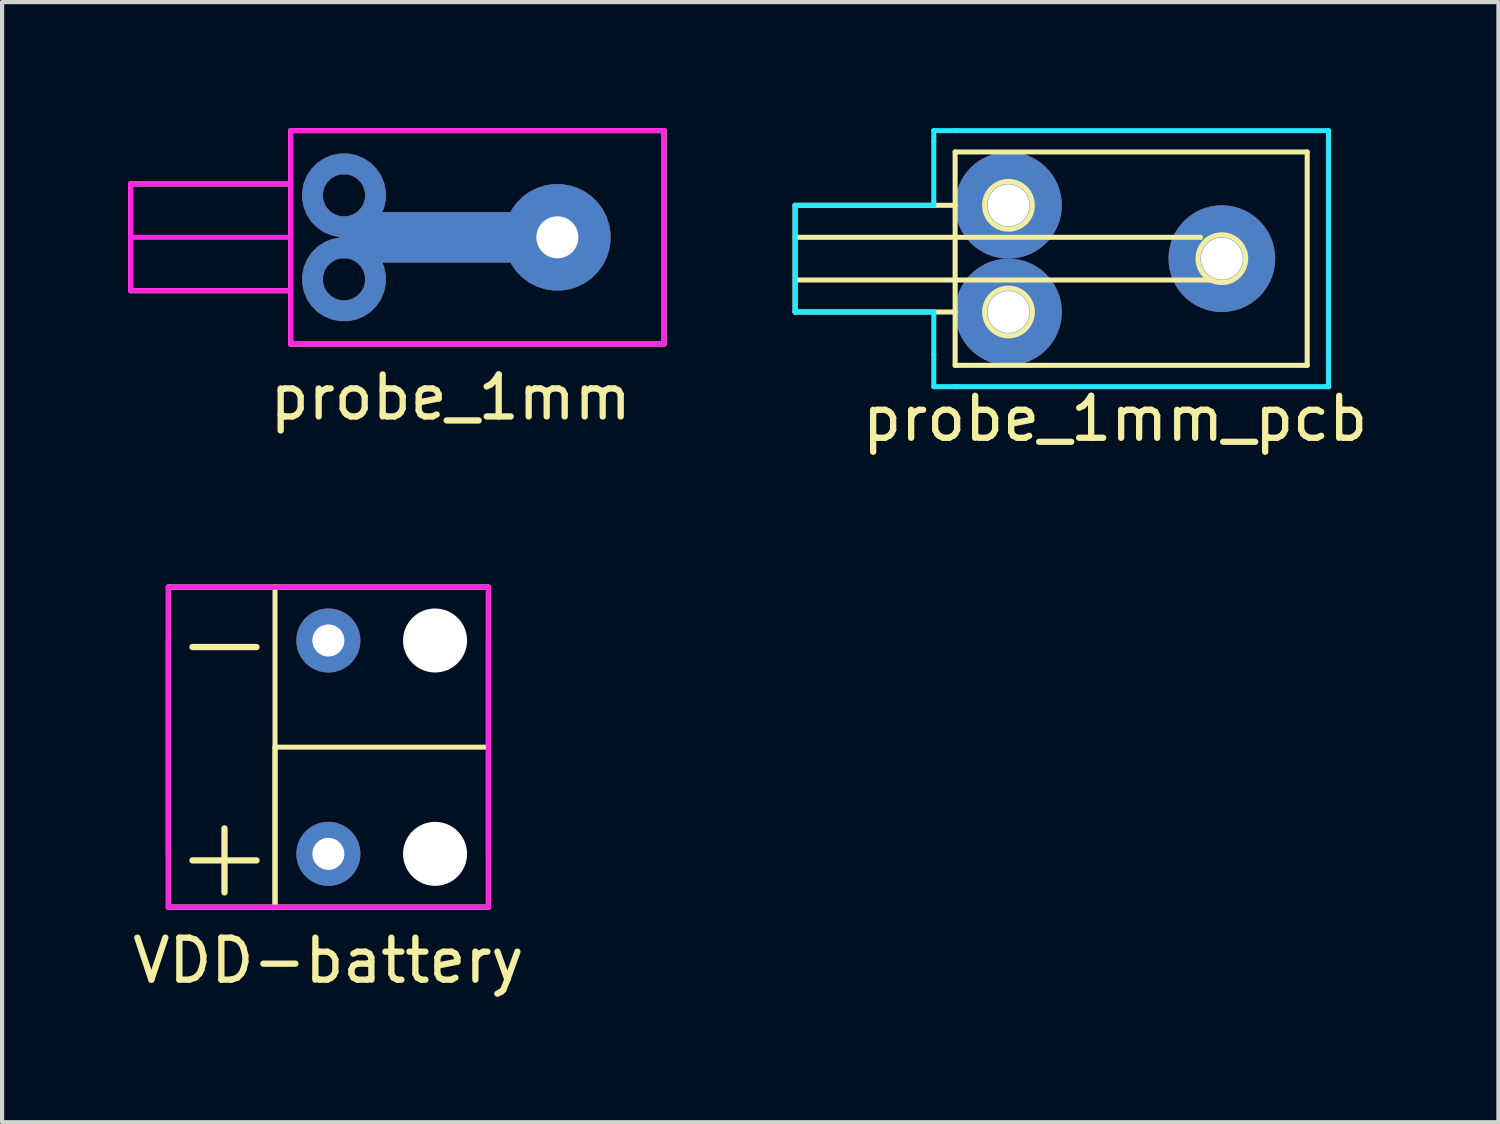
<source format=kicad_pcb>
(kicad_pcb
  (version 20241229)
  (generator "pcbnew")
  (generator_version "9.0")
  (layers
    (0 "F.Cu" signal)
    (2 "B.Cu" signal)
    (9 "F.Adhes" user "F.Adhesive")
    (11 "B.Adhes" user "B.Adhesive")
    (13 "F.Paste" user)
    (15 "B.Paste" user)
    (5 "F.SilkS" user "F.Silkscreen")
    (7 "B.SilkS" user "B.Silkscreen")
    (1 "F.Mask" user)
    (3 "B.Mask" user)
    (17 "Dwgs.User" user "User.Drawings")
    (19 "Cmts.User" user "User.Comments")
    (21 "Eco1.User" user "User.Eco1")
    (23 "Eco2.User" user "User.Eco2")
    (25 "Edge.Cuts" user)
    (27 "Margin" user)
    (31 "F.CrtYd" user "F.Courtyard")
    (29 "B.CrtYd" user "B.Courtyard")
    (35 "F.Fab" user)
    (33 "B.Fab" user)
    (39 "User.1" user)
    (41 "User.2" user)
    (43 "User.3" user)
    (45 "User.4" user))
  (footprint "probe_1mm"
    (layer "F.Cu")
    (at 10.22 2.6)
    (property "Reference" "probe_1mm" (at -2.54 3.81 0) (layer "F.SilkS") (effects (font (size 1 1) (thickness 0.15))))
    (attr through_hole)
    (fp_line (start -10.16 -1.27) (end -10.16 1.27) (stroke (width 0.12) (type solid)) (layer "F.SilkS"))
    (fp_line (start -10.16 1.27) (end -6.35 1.27) (stroke (width 0.12) (type solid)) (layer "F.SilkS"))
    (fp_line (start -6.35 -2.54) (end 2.54 -2.54) (stroke (width 0.12) (type solid)) (layer "F.SilkS"))
    (fp_line (start -6.35 -1.27) (end -10.16 -1.27) (stroke (width 0.12) (type solid)) (layer "F.SilkS"))
    (fp_line (start -6.35 2.54) (end -6.35 -2.54) (stroke (width 0.12) (type solid)) (layer "F.SilkS"))
    (fp_line (start 2.54 -2.54) (end 2.54 2.54) (stroke (width 0.12) (type solid)) (layer "F.SilkS"))
    (fp_line (start 2.54 2.54) (end -6.35 2.54) (stroke (width 0.12) (type solid)) (layer "F.SilkS"))
    (fp_line (start -10.16 -1.27) (end -10.16 1.27) (stroke (width 0.12) (type solid)) (layer "F.CrtYd"))
    (fp_line (start -10.16 0) (end -6.35 0) (stroke (width 0.12) (type solid)) (layer "F.CrtYd"))
    (fp_line (start -10.16 1.27) (end -6.35 1.27) (stroke (width 0.12) (type solid)) (layer "F.CrtYd"))
    (fp_line (start -6.35 -2.54) (end 2.54 -2.54) (stroke (width 0.12) (type solid)) (layer "F.CrtYd"))
    (fp_line (start -6.35 -1.27) (end -10.16 -1.27) (stroke (width 0.12) (type solid)) (layer "F.CrtYd"))
    (fp_line (start -6.35 2.54) (end -6.35 -2.54) (stroke (width 0.12) (type solid)) (layer "F.CrtYd"))
    (fp_line (start 2.54 -2.54) (end 2.54 2.54) (stroke (width 0.12) (type solid)) (layer "F.CrtYd"))
    (fp_line (start 2.54 2.54) (end -6.35 2.54) (stroke (width 0.12) (type solid)) (layer "F.CrtYd"))
    (pad "1" thru_hole custom (at 0 0) (size 2.54 2.54) (drill 1) (layers "*.Cu" "*.Mask") (options (anchor circle)) (primitives (gr_circle (center -5.08 1) (end -4.33 1) (width 0.5) (fill no)) (gr_circle (center -5.08 -1) (end -4.33 -1) (width 0.5) (fill no)) (gr_line (start -4.6 0) (end 0 0) (width 1.2)))))
  (footprint "probe_1mm_pcb"
    (layer "F.Cu")
    (at 26.04 3.108)
    (property "Reference" "probe_1mm_pcb" (at -2.54 3.81 0) (layer "F.SilkS") (effects (font (size 1 1) (thickness 0.15))))
    (attr through_hole)
    (fp_line (start -10.16 -1.27) (end -10.16 1.27) (stroke (width 0.12) (type solid)) (layer "F.SilkS"))
    (fp_line (start -10.16 -0.508) (end -0.508 -0.508) (stroke (width 0.12) (type solid)) (layer "F.SilkS"))
    (fp_line (start -10.16 0.508) (end -0.254 0.508) (stroke (width 0.12) (type solid)) (layer "F.SilkS"))
    (fp_line (start -10.16 1.27) (end -6.35 1.27) (stroke (width 0.12) (type solid)) (layer "F.SilkS"))
    (fp_line (start -6.35 -2.54) (end 2.032 -2.54) (stroke (width 0.12) (type solid)) (layer "F.SilkS"))
    (fp_line (start -6.35 -1.27) (end -10.16 -1.27) (stroke (width 0.12) (type solid)) (layer "F.SilkS"))
    (fp_line (start -6.35 2.54) (end -6.35 -2.54) (stroke (width 0.12) (type solid)) (layer "F.SilkS"))
    (fp_line (start 2.032 -2.54) (end 2.032 2.54) (stroke (width 0.12) (type solid)) (layer "F.SilkS"))
    (fp_line (start 2.032 2.54) (end -6.35 2.54) (stroke (width 0.12) (type solid)) (layer "F.SilkS"))
    (fp_circle (center -5.08 -1.27) (end -4.572 -1.016) (stroke (width 0.12) (type solid)) (fill no) (layer "F.SilkS"))
    (fp_circle (center -5.08 1.27) (end -4.572 1.524) (stroke (width 0.12) (type solid)) (fill no) (layer "F.SilkS"))
    (fp_circle (center 0 0) (end 0.254 0.508) (stroke (width 0.12) (type solid)) (fill no) (layer "F.SilkS"))
    (fp_line (start -10.16 -1.27) (end -6.858 -1.27) (stroke (width 0.12) (type solid)) (layer "B.CrtYd"))
    (fp_line (start -10.16 1.27) (end -10.16 -1.27) (stroke (width 0.12) (type solid)) (layer "B.CrtYd"))
    (fp_line (start -6.858 -3.048) (end -6.858 -2.794) (stroke (width 0.12) (type solid)) (layer "B.CrtYd"))
    (fp_line (start -6.858 -1.27) (end -6.858 -2.794) (stroke (width 0.12) (type solid)) (layer "B.CrtYd"))
    (fp_line (start -6.858 1.27) (end -10.16 1.27) (stroke (width 0.12) (type solid)) (layer "B.CrtYd"))
    (fp_line (start -6.858 2.286) (end -6.858 1.27) (stroke (width 0.12) (type solid)) (layer "B.CrtYd"))
    (fp_line (start -6.858 3.048) (end -6.858 2.286) (stroke (width 0.12) (type solid)) (layer "B.CrtYd"))
    (fp_line (start -6.35 -3.048) (end -6.858 -3.048) (stroke (width 0.12) (type solid)) (layer "B.CrtYd"))
    (fp_line (start -6.35 -3.048) (end 2.54 -3.048) (stroke (width 0.12) (type solid)) (layer "B.CrtYd"))
    (fp_line (start -6.35 3.048) (end -6.858 3.048) (stroke (width 0.12) (type solid)) (layer "B.CrtYd"))
    (fp_line (start 2.54 -3.048) (end 2.54 -2.54) (stroke (width 0.12) (type solid)) (layer "B.CrtYd"))
    (fp_line (start 2.54 -2.54) (end 2.54 2.54) (stroke (width 0.12) (type solid)) (layer "B.CrtYd"))
    (fp_line (start 2.54 2.54) (end 2.54 3.048) (stroke (width 0.12) (type solid)) (layer "B.CrtYd"))
    (fp_line (start 2.54 3.048) (end -6.35 3.048) (stroke (width 0.12) (type solid)) (layer "B.CrtYd"))
    (pad "1" thru_hole circle (at -5.08 -1.27) (size 2.54 2.54) (drill 1) (layers "B.Cu" "B.Mask"))
    (pad "1" thru_hole circle (at -5.08 1.27) (size 2.54 2.54) (drill 1) (layers "B.Cu" "B.Mask"))
    (pad "1" thru_hole circle (at 0 0) (size 2.54 2.54) (drill 1) (layers "B.Cu" "B.Mask")))
  (footprint "VDD-battery"
    (layer "F.Cu")
    (at 4.768 14.739)
    (property "Reference" "VDD-battery" (at 0 5.08 0) (layer "F.SilkS") (effects (font (size 1 1) (thickness 0.15))))
    (attr through_hole)
    (fp_line (start -3.81 -3.81) (end 3.81 -3.81) (stroke (width 0.12) (type solid)) (layer "F.SilkS"))
    (fp_line (start -3.81 3.81) (end -3.81 -3.81) (stroke (width 0.12) (type solid)) (layer "F.SilkS"))
    (fp_line (start -1.27 -3.81) (end -1.27 3.81) (stroke (width 0.12) (type solid)) (layer "F.SilkS"))
    (fp_line (start -1.27 0) (end 3.81 0) (stroke (width 0.12) (type solid)) (layer "F.SilkS"))
    (fp_line (start -1.27 3.81) (end -1.27 0) (stroke (width 0.12) (type solid)) (layer "F.SilkS"))
    (fp_line (start 3.81 -3.81) (end 3.81 3.81) (stroke (width 0.12) (type solid)) (layer "F.SilkS"))
    (fp_line (start 3.81 3.81) (end -3.81 3.81) (stroke (width 0.12) (type solid)) (layer "F.SilkS"))
    (fp_line (start -3.81 -3.81) (end 3.81 -3.81) (stroke (width 0.12) (type solid)) (layer "F.CrtYd"))
    (fp_line (start -3.81 3.81) (end -3.81 -3.81) (stroke (width 0.12) (type solid)) (layer "F.CrtYd"))
    (fp_line (start 3.81 -3.81) (end 3.81 3.81) (stroke (width 0.12) (type solid)) (layer "F.CrtYd"))
    (fp_line (start 3.81 3.81) (end -3.81 3.81) (stroke (width 0.12) (type solid)) (layer "F.CrtYd"))
    (fp_line (start -3.81 -3.81) (end 3.81 -3.81) (stroke (width 0.12) (type solid)) (layer "F.Fab"))
    (fp_line (start -3.81 -2.54) (end -3.81 2.54) (stroke (width 0.12) (type solid)) (layer "F.Fab"))
    (fp_line (start -3.81 3.81) (end 3.81 3.81) (stroke (width 0.12) (type solid)) (layer "F.Fab"))
    (fp_line (start 3.81 -2.54) (end 3.81 2.54) (stroke (width 0.12) (type solid)) (layer "F.Fab"))
    (fp_text user "-" (at -3.81 -2.54 0) (layer "F.SilkS") (effects (font (size 2 2) (thickness 0.15)) (justify left)))
    (fp_text user "+" (at -3.81 2.54 0) (layer "F.SilkS") (effects (font (size 2 2) (thickness 0.15)) (justify left)))
    (pad "" np_thru_hole circle (at 2.54 -2.54) (size 1.524 1.524) (drill 1.524) (layers "*.Cu" "*.Mask"))
    (pad "" np_thru_hole circle (at 2.54 2.54) (size 1.524 1.524) (drill 1.524) (layers "*.Cu" "*.Mask"))
    (pad "1" thru_hole circle (at 0 2.54) (size 1.524 1.524) (drill 0.762) (layers "*.Cu" "*.Mask"))
    (pad "2" thru_hole circle (at 0 -2.54) (size 1.524 1.524) (drill 0.762) (layers "*.Cu" "*.Mask")))
  (gr_rect
    (start -3 -3)
    (end 32.625 23.668)
    (stroke (width 0.1) (type default))
    (fill no)
    (layer "Edge.Cuts")))
</source>
